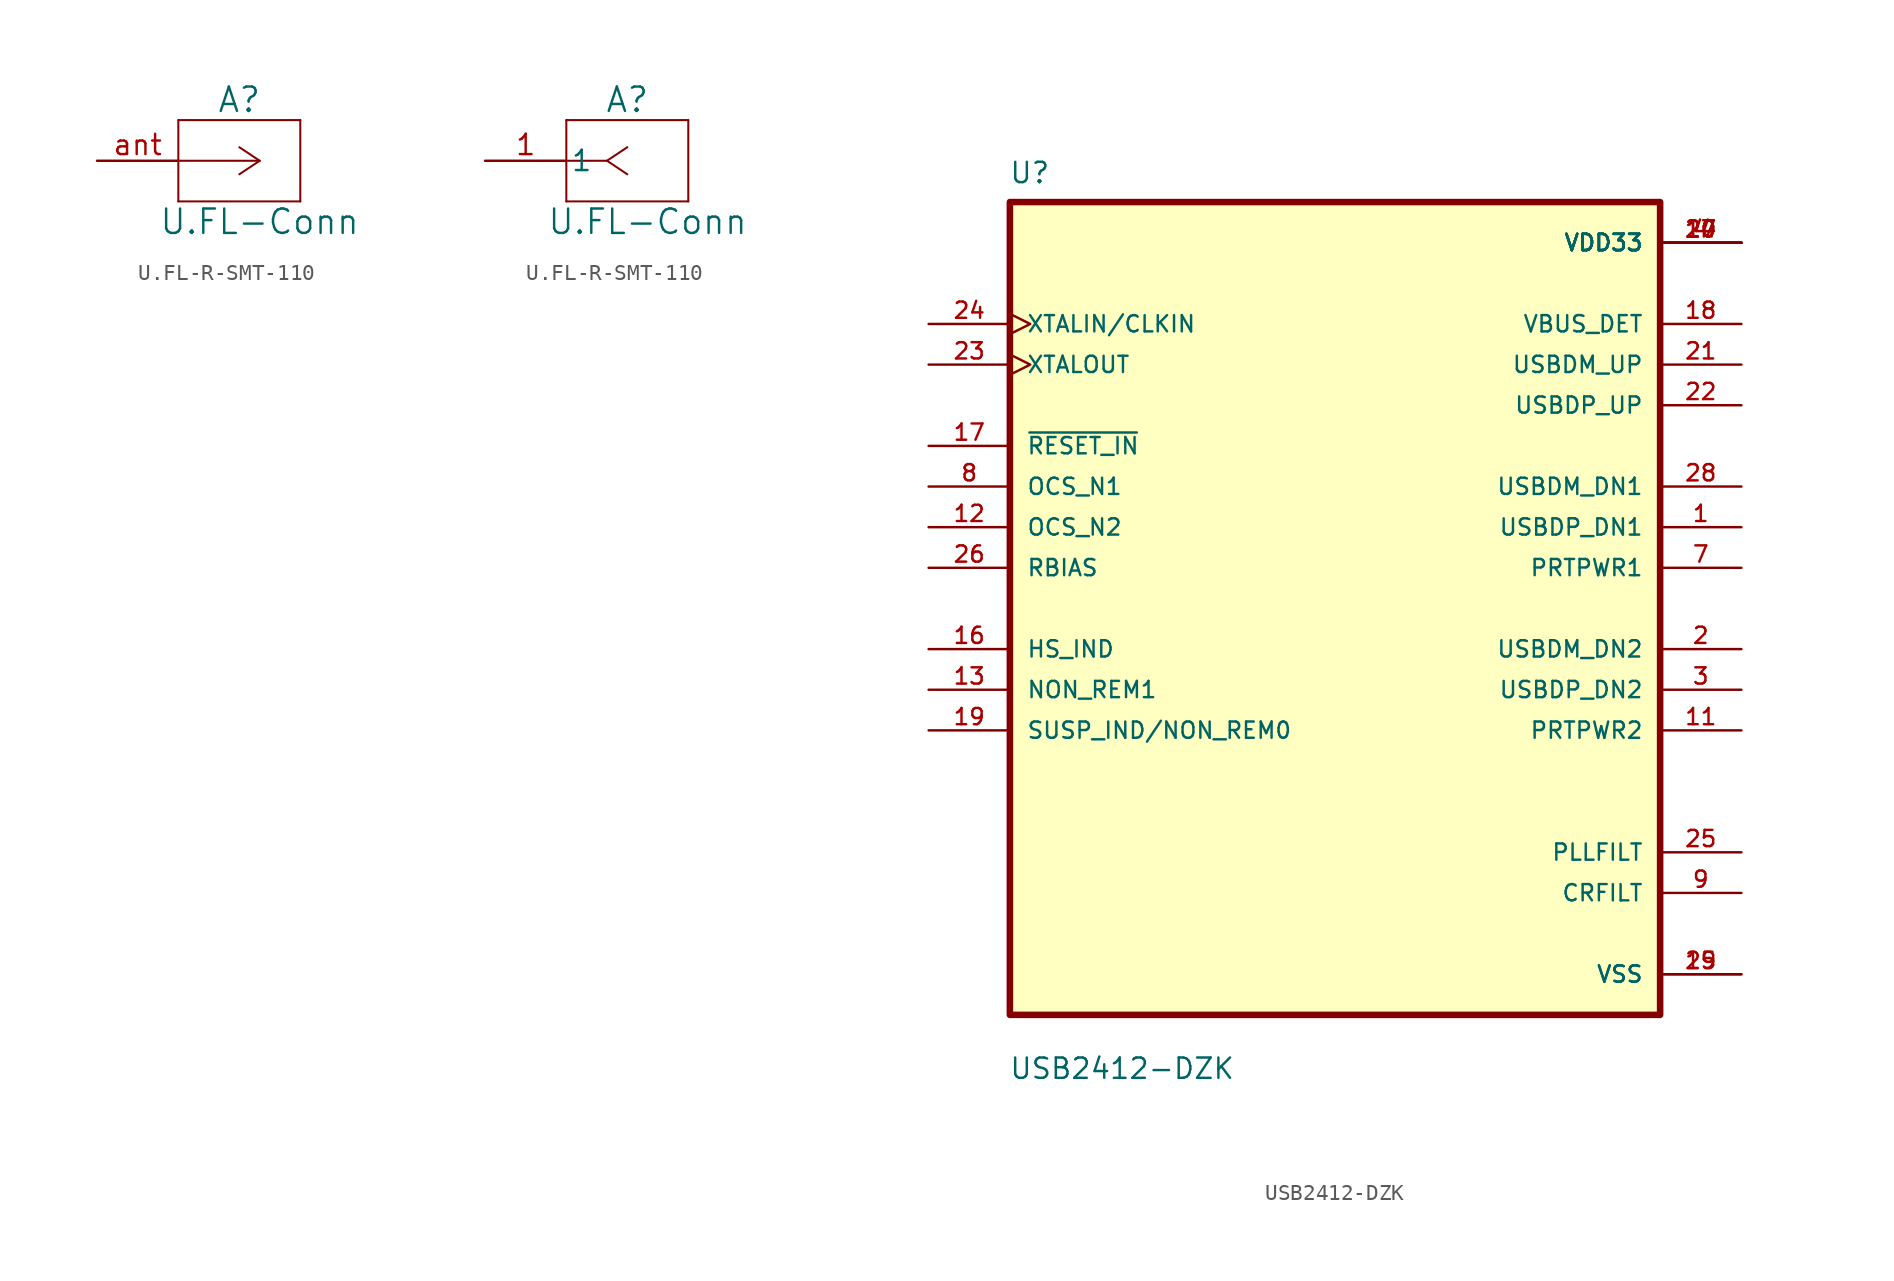
<source format=kicad_sym>
(kicad_symbol_lib
  (version 20241209)
  (generator "kicad_symbol_editor")
  (generator_version "9.0")
  (symbol "U.FL-R-SMT-110"
    (pin_names
      (offset 0.254))
    (property "Reference" "A"
      (at 8.89 3.81 0)
      (effects (font (size 1.524 1.524))))
    (property "Value" "U.FL-Conn"
      (at 10.16 -3.81 0)
      (effects (font (size 1.524 1.524))))
    (property "ki_locked" ""
      (at 0 0 0)
      (effects (font (size 1.27 1.27))))
    (symbol "U.FL-R-SMT-110_1_1"
      (polyline (pts (xy 5.08 2.54) (xy 5.08 -2.54)) (stroke (width 0.127) (type default)) (fill (type none)))
      (polyline (pts (xy 5.08 -2.54) (xy 12.7 -2.54)) (stroke (width 0.127) (type default)) (fill (type none)))
      (polyline (pts (xy 10.16 0) (xy 5.08 0)) (stroke (width 0.127) (type default)) (fill (type none)))
      (polyline (pts (xy 10.16 0) (xy 8.89 0.847)) (stroke (width 0.127) (type default)) (fill (type none)))
      (polyline (pts (xy 10.16 0) (xy 8.89 -0.847)) (stroke (width 0.127) (type default)) (fill (type none)))
      (polyline (pts (xy 12.7 2.54) (xy 5.08 2.54)) (stroke (width 0.127) (type default)) (fill (type none)))
      (polyline (pts (xy 12.7 -2.54) (xy 12.7 2.54)) (stroke (width 0.127) (type default)) (fill (type none)))
      (pin bidirectional line (at 0 0 0) (length 5.08) (name "" (effects (font (size 1.27 1.27)))) (number "ant" (effects (font (size 1.27 1.27))))))
    (symbol "U.FL-R-SMT-110_1_2"
      (polyline (pts (xy 5.08 2.54) (xy 5.08 -2.54)) (stroke (width 0.127) (type default)) (fill (type none)))
      (polyline (pts (xy 5.08 -2.54) (xy 12.7 -2.54)) (stroke (width 0.127) (type default)) (fill (type none)))
      (polyline (pts (xy 7.62 0) (xy 5.08 0)) (stroke (width 0.127) (type default)) (fill (type none)))
      (polyline (pts (xy 7.62 0) (xy 8.89 0.847)) (stroke (width 0.127) (type default)) (fill (type none)))
      (polyline (pts (xy 7.62 0) (xy 8.89 -0.847)) (stroke (width 0.127) (type default)) (fill (type none)))
      (polyline (pts (xy 12.7 2.54) (xy 5.08 2.54)) (stroke (width 0.127) (type default)) (fill (type none)))
      (polyline (pts (xy 12.7 -2.54) (xy 12.7 2.54)) (stroke (width 0.127) (type default)) (fill (type none)))
      (pin unspecified line (at 0 0 0) (length 5.08) (name "1" (effects (font (size 1.27 1.27)))) (number "1" (effects (font (size 1.27 1.27)))))))
  (symbol "USB2412-DZK"
    (pin_names
      (offset 1.016))
    (property "Reference" "U"
      (at -20.388 26.483 0)
      (effects (font (size 1.27 1.27)) (justify left bottom)))
    (property "Value" "USB2412-DZK"
      (at -20.391 -29.498 0)
      (effects (font (size 1.27 1.27)) (justify left bottom)))
    (symbol "USB2412-DZK_0_0"
      (rectangle (start -20.32 -25.4) (end 20.32 25.4) (stroke (width 0.41) (type default)) (fill (type background)))
      (pin input clock (at -25.4 17.78 0) (length 5.08) (name "XTALIN/CLKIN" (effects (font (size 1.016 1.016)))) (number "24" (effects (font (size 1.016 1.016)))))
      (pin output clock (at -25.4 15.24 0) (length 5.08) (name "XTALOUT" (effects (font (size 1.016 1.016)))) (number "23" (effects (font (size 1.016 1.016)))))
      (pin input line (at -25.4 10.16 0) (length 5.08) (name "~{RESET_IN}" (effects (font (size 1.016 1.016)))) (number "17" (effects (font (size 1.016 1.016)))))
      (pin input line (at -25.4 7.62 0) (length 5.08) (name "OCS_N1" (effects (font (size 1.016 1.016)))) (number "8" (effects (font (size 1.016 1.016)))))
      (pin input line (at -25.4 5.08 0) (length 5.08) (name "OCS_N2" (effects (font (size 1.016 1.016)))) (number "12" (effects (font (size 1.016 1.016)))))
      (pin input line (at -25.4 2.54 0) (length 5.08) (name "RBIAS" (effects (font (size 1.016 1.016)))) (number "26" (effects (font (size 1.016 1.016)))))
      (pin bidirectional line (at -25.4 -2.54 0) (length 5.08) (name "HS_IND" (effects (font (size 1.016 1.016)))) (number "16" (effects (font (size 1.016 1.016)))))
      (pin bidirectional line (at -25.4 -5.08 0) (length 5.08) (name "NON_REM1" (effects (font (size 1.016 1.016)))) (number "13" (effects (font (size 1.016 1.016)))))
      (pin bidirectional line (at -25.4 -7.62 0) (length 5.08) (name "SUSP_IND/NON_REM0" (effects (font (size 1.016 1.016)))) (number "19" (effects (font (size 1.016 1.016)))))
      (pin power_in line (at 25.4 22.86 180) (length 5.08) (name "VDD33" (effects (font (size 1.016 1.016)))) (number "10" (effects (font (size 1.016 1.016)))))
      (pin power_in line (at 25.4 22.86 180) (length 5.08) (name "VDD33" (effects (font (size 1.016 1.016)))) (number "14" (effects (font (size 1.016 1.016)))))
      (pin power_in line (at 25.4 22.86 180) (length 5.08) (name "VDD33" (effects (font (size 1.016 1.016)))) (number "20" (effects (font (size 1.016 1.016)))))
      (pin power_in line (at 25.4 22.86 180) (length 5.08) (name "VDD33" (effects (font (size 1.016 1.016)))) (number "27" (effects (font (size 1.016 1.016)))))
      (pin power_in line (at 25.4 22.86 180) (length 5.08) (name "VDD33" (effects (font (size 1.016 1.016)))) (number "4" (effects (font (size 1.016 1.016)))))
      (pin bidirectional line (at 25.4 17.78 180) (length 5.08) (name "VBUS_DET" (effects (font (size 1.016 1.016)))) (number "18" (effects (font (size 1.016 1.016)))))
      (pin bidirectional line (at 25.4 15.24 180) (length 5.08) (name "USBDM_UP" (effects (font (size 1.016 1.016)))) (number "21" (effects (font (size 1.016 1.016)))))
      (pin bidirectional line (at 25.4 12.7 180) (length 5.08) (name "USBDP_UP" (effects (font (size 1.016 1.016)))) (number "22" (effects (font (size 1.016 1.016)))))
      (pin bidirectional line (at 25.4 7.62 180) (length 5.08) (name "USBDM_DN1" (effects (font (size 1.016 1.016)))) (number "28" (effects (font (size 1.016 1.016)))))
      (pin bidirectional line (at 25.4 5.08 180) (length 5.08) (name "USBDP_DN1" (effects (font (size 1.016 1.016)))) (number "1" (effects (font (size 1.016 1.016)))))
      (pin bidirectional line (at 25.4 2.54 180) (length 5.08) (name "PRTPWR1" (effects (font (size 1.016 1.016)))) (number "7" (effects (font (size 1.016 1.016)))))
      (pin bidirectional line (at 25.4 -2.54 180) (length 5.08) (name "USBDM_DN2" (effects (font (size 1.016 1.016)))) (number "2" (effects (font (size 1.016 1.016)))))
      (pin bidirectional line (at 25.4 -5.08 180) (length 5.08) (name "USBDP_DN2" (effects (font (size 1.016 1.016)))) (number "3" (effects (font (size 1.016 1.016)))))
      (pin bidirectional line (at 25.4 -7.62 180) (length 5.08) (name "PRTPWR2" (effects (font (size 1.016 1.016)))) (number "11" (effects (font (size 1.016 1.016)))))
      (pin passive line (at 25.4 -15.24 180) (length 5.08) (name "PLLFILT" (effects (font (size 1.016 1.016)))) (number "25" (effects (font (size 1.016 1.016)))))
      (pin passive line (at 25.4 -17.78 180) (length 5.08) (name "CRFILT" (effects (font (size 1.016 1.016)))) (number "9" (effects (font (size 1.016 1.016)))))
      (pin power_in line (at 25.4 -22.86 180) (length 5.08) (name "VSS" (effects (font (size 1.016 1.016)))) (number "15" (effects (font (size 1.016 1.016)))))
      (pin power_in line (at 25.4 -22.86 180) (length 5.08) (name "VSS" (effects (font (size 1.016 1.016)))) (number "29" (effects (font (size 1.016 1.016))))))))
</source>
